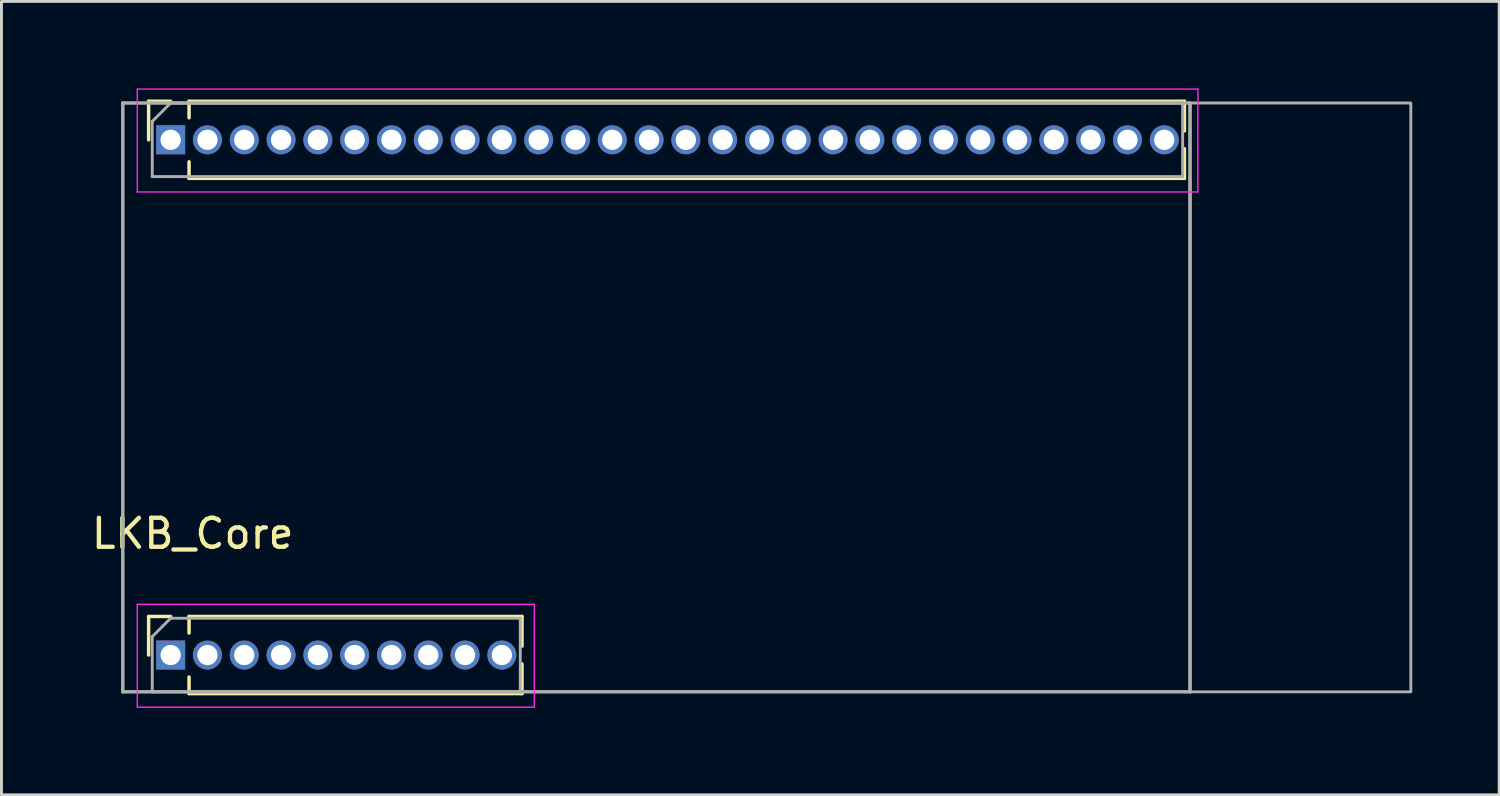
<source format=kicad_pcb>
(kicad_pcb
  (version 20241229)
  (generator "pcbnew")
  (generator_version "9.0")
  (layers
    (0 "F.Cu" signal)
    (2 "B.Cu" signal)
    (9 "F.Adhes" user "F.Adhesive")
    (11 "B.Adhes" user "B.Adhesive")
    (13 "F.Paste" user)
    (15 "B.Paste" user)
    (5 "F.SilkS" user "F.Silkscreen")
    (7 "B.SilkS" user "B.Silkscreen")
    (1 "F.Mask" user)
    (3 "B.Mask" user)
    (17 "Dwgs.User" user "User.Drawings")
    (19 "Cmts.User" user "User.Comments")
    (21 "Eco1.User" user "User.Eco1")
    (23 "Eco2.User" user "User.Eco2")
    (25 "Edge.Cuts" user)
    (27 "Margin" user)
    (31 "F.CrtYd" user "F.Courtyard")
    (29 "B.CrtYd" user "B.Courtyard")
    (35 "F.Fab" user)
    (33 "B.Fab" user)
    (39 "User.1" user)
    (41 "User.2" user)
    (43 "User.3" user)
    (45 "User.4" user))
  (footprint "LKB_Core"
    (layer "F.Cu")
    (at 1.188 20.825)
    (property "Reference" "LKB_Core" (at 2.413 -5.461 0) (layer "F.SilkS") (effects (font (size 1 1) (thickness 0.15))))
    (attr through_hole)
    (fp_line (start 0.891 -20.38) (end 1.651 -20.38) (stroke (width 0.12) (type solid)) (layer "F.SilkS"))
    (fp_line (start 0.891 -19.05) (end 0.891 -20.38) (stroke (width 0.12) (type solid)) (layer "F.SilkS"))
    (fp_line (start 0.891 -2.6) (end 1.651 -2.6) (stroke (width 0.12) (type solid)) (layer "F.SilkS"))
    (fp_line (start 0.891 -1.27) (end 0.891 -2.6) (stroke (width 0.12) (type solid)) (layer "F.SilkS"))
    (fp_line (start 2.286 -20.38) (end 36.636 -20.38) (stroke (width 0.12) (type solid)) (layer "F.SilkS"))
    (fp_line (start 2.286 -19.81) (end 2.286 -20.38) (stroke (width 0.12) (type solid)) (layer "F.SilkS"))
    (fp_line (start 2.286 -17.72) (end 2.286 -18.29) (stroke (width 0.12) (type solid)) (layer "F.SilkS"))
    (fp_line (start 2.286 -17.72) (end 36.636 -17.72) (stroke (width 0.12) (type solid)) (layer "F.SilkS"))
    (fp_line (start 2.286 -2.6) (end 13.776 -2.6) (stroke (width 0.12) (type solid)) (layer "F.SilkS"))
    (fp_line (start 2.286 -2.03) (end 2.286 -2.6) (stroke (width 0.12) (type solid)) (layer "F.SilkS"))
    (fp_line (start 2.286 0.06) (end 2.286 -0.51) (stroke (width 0.12) (type solid)) (layer "F.SilkS"))
    (fp_line (start 2.286 0.06) (end 13.776 0.06) (stroke (width 0.12) (type solid)) (layer "F.SilkS"))
    (fp_line (start 13.776 -1.578) (end 13.776 -2.6) (stroke (width 0.12) (type solid)) (layer "F.SilkS"))
    (fp_line (start 13.776 0.06) (end 13.776 -0.962) (stroke (width 0.12) (type solid)) (layer "F.SilkS"))
    (fp_line (start 36.636 -19.358) (end 36.636 -20.38) (stroke (width 0.12) (type solid)) (layer "F.SilkS"))
    (fp_line (start 36.636 -17.72) (end 36.636 -18.742) (stroke (width 0.12) (type solid)) (layer "F.SilkS"))
    (fp_line (start 0.501 -20.8) (end 37.101 -20.8) (stroke (width 0.05) (type solid)) (layer "F.CrtYd"))
    (fp_line (start 0.501 -17.25) (end 0.501 -20.8) (stroke (width 0.05) (type solid)) (layer "F.CrtYd"))
    (fp_line (start 0.501 -3.02) (end 14.201 -3.02) (stroke (width 0.05) (type solid)) (layer "F.CrtYd"))
    (fp_line (start 0.501 0.53) (end 0.501 -3.02) (stroke (width 0.05) (type solid)) (layer "F.CrtYd"))
    (fp_line (start 14.201 -3.02) (end 14.201 0.53) (stroke (width 0.05) (type solid)) (layer "F.CrtYd"))
    (fp_line (start 14.201 0.53) (end 0.501 0.53) (stroke (width 0.05) (type solid)) (layer "F.CrtYd"))
    (fp_line (start 37.101 -20.8) (end 37.101 -17.25) (stroke (width 0.05) (type solid)) (layer "F.CrtYd"))
    (fp_line (start 37.101 -17.25) (end 0.501 -17.25) (stroke (width 0.05) (type solid)) (layer "F.CrtYd"))
    (fp_line (start 0 -20.32) (end 36.83 -20.32) (stroke (width 0.12) (type solid)) (layer "F.Fab"))
    (fp_line (start 0 0) (end 0 -20.32) (stroke (width 0.12) (type solid)) (layer "F.Fab"))
    (fp_line (start 1.016 -19.685) (end 1.651 -20.32) (stroke (width 0.1) (type solid)) (layer "F.Fab"))
    (fp_line (start 1.016 -17.78) (end 1.016 -19.685) (stroke (width 0.1) (type solid)) (layer "F.Fab"))
    (fp_line (start 1.016 -1.905) (end 1.651 -2.54) (stroke (width 0.1) (type solid)) (layer "F.Fab"))
    (fp_line (start 1.016 0) (end 1.016 -1.905) (stroke (width 0.1) (type solid)) (layer "F.Fab"))
    (fp_line (start 1.651 -20.32) (end 36.576 -20.32) (stroke (width 0.1) (type solid)) (layer "F.Fab"))
    (fp_line (start 1.651 -2.54) (end 13.716 -2.54) (stroke (width 0.1) (type solid)) (layer "F.Fab"))
    (fp_line (start 13.716 -2.54) (end 13.716 0) (stroke (width 0.1) (type solid)) (layer "F.Fab"))
    (fp_line (start 13.716 0) (end 1.016 0) (stroke (width 0.1) (type solid)) (layer "F.Fab"))
    (fp_line (start 36.576 -20.32) (end 36.576 -17.78) (stroke (width 0.1) (type solid)) (layer "F.Fab"))
    (fp_line (start 36.576 -17.78) (end 1.016 -17.78) (stroke (width 0.1) (type solid)) (layer "F.Fab"))
    (fp_line (start 36.83 -20.32) (end 36.83 0) (stroke (width 0.12) (type solid)) (layer "F.Fab"))
    (fp_line (start 36.83 0) (end 0 0) (stroke (width 0.12) (type solid)) (layer "F.Fab"))
    (fp_poly (pts (xy 36.83 -20.32) (xy 44.45 -20.32) (xy 44.45 0) (xy 36.83 0)) (stroke (width 0.1) (type solid)) (fill no) (layer "F.Fab"))
    (pad "1" thru_hole rect (at 1.651 -19.05 90) (size 1 1) (drill 0.7) (layers "*.Cu" "*.Mask"))
    (pad "2" thru_hole oval (at 2.921 -19.05 90) (size 1 1) (drill 0.7) (layers "*.Cu" "*.Mask"))
    (pad "3" thru_hole oval (at 4.191 -19.05 90) (size 1 1) (drill 0.7) (layers "*.Cu" "*.Mask"))
    (pad "4" thru_hole oval (at 5.461 -19.05 90) (size 1 1) (drill 0.7) (layers "*.Cu" "*.Mask"))
    (pad "5" thru_hole oval (at 6.731 -19.05 90) (size 1 1) (drill 0.7) (layers "*.Cu" "*.Mask"))
    (pad "6" thru_hole oval (at 8.001 -19.05 90) (size 1 1) (drill 0.7) (layers "*.Cu" "*.Mask"))
    (pad "7" thru_hole oval (at 9.271 -19.05 90) (size 1 1) (drill 0.7) (layers "*.Cu" "*.Mask"))
    (pad "8" thru_hole oval (at 10.541 -19.05 90) (size 1 1) (drill 0.7) (layers "*.Cu" "*.Mask"))
    (pad "9" thru_hole oval (at 11.811 -19.05 90) (size 1 1) (drill 0.7) (layers "*.Cu" "*.Mask"))
    (pad "10" thru_hole oval (at 13.081 -19.05 90) (size 1 1) (drill 0.7) (layers "*.Cu" "*.Mask"))
    (pad "11" thru_hole oval (at 14.351 -19.05 90) (size 1 1) (drill 0.7) (layers "*.Cu" "*.Mask"))
    (pad "12" thru_hole oval (at 15.621 -19.05 90) (size 1 1) (drill 0.7) (layers "*.Cu" "*.Mask"))
    (pad "13" thru_hole oval (at 16.891 -19.05 90) (size 1 1) (drill 0.7) (layers "*.Cu" "*.Mask"))
    (pad "14" thru_hole oval (at 18.161 -19.05 90) (size 1 1) (drill 0.7) (layers "*.Cu" "*.Mask"))
    (pad "15" thru_hole oval (at 19.431 -19.05 90) (size 1 1) (drill 0.7) (layers "*.Cu" "*.Mask"))
    (pad "16" thru_hole oval (at 20.701 -19.05 90) (size 1 1) (drill 0.7) (layers "*.Cu" "*.Mask"))
    (pad "17" thru_hole oval (at 21.971 -19.05 90) (size 1 1) (drill 0.7) (layers "*.Cu" "*.Mask"))
    (pad "18" thru_hole oval (at 23.241 -19.05 90) (size 1 1) (drill 0.7) (layers "*.Cu" "*.Mask"))
    (pad "19" thru_hole oval (at 24.511 -19.05 90) (size 1 1) (drill 0.7) (layers "*.Cu" "*.Mask"))
    (pad "20" thru_hole oval (at 25.781 -19.05 90) (size 1 1) (drill 0.7) (layers "*.Cu" "*.Mask"))
    (pad "21" thru_hole oval (at 27.051 -19.05 90) (size 1 1) (drill 0.7) (layers "*.Cu" "*.Mask"))
    (pad "22" thru_hole oval (at 28.321 -19.05 90) (size 1 1) (drill 0.7) (layers "*.Cu" "*.Mask"))
    (pad "23" thru_hole oval (at 29.591 -19.05 90) (size 1 1) (drill 0.7) (layers "*.Cu" "*.Mask"))
    (pad "24" thru_hole oval (at 30.861 -19.05 90) (size 1 1) (drill 0.7) (layers "*.Cu" "*.Mask"))
    (pad "25" thru_hole oval (at 32.131 -19.05 90) (size 1 1) (drill 0.7) (layers "*.Cu" "*.Mask"))
    (pad "26" thru_hole oval (at 33.401 -19.05 90) (size 1 1) (drill 0.7) (layers "*.Cu" "*.Mask"))
    (pad "27" thru_hole oval (at 34.671 -19.05 90) (size 1 1) (drill 0.7) (layers "*.Cu" "*.Mask"))
    (pad "28" thru_hole oval (at 35.941 -19.05 90) (size 1 1) (drill 0.7) (layers "*.Cu" "*.Mask"))
    (pad "29" thru_hole rect (at 1.651 -1.27 90) (size 1 1) (drill 0.7) (layers "*.Cu" "*.Mask"))
    (pad "30" thru_hole oval (at 2.921 -1.27 90) (size 1 1) (drill 0.7) (layers "*.Cu" "*.Mask"))
    (pad "31" thru_hole oval (at 4.191 -1.27 90) (size 1 1) (drill 0.7) (layers "*.Cu" "*.Mask"))
    (pad "32" thru_hole oval (at 5.461 -1.27 90) (size 1 1) (drill 0.7) (layers "*.Cu" "*.Mask"))
    (pad "33" thru_hole oval (at 6.731 -1.27 90) (size 1 1) (drill 0.7) (layers "*.Cu" "*.Mask"))
    (pad "34" thru_hole oval (at 8.001 -1.27 90) (size 1 1) (drill 0.7) (layers "*.Cu" "*.Mask"))
    (pad "35" thru_hole oval (at 9.271 -1.27 90) (size 1 1) (drill 0.7) (layers "*.Cu" "*.Mask"))
    (pad "36" thru_hole oval (at 10.541 -1.27 90) (size 1 1) (drill 0.7) (layers "*.Cu" "*.Mask"))
    (pad "37" thru_hole oval (at 11.811 -1.27 90) (size 1 1) (drill 0.7) (layers "*.Cu" "*.Mask"))
    (pad "38" thru_hole oval (at 13.081 -1.27 90) (size 1 1) (drill 0.7) (layers "*.Cu" "*.Mask")))
  (gr_rect
    (start -3 -3)
    (end 48.688 24.38)
    (stroke (width 0.1) (type default))
    (fill no)
    (layer "Edge.Cuts")))
</source>
